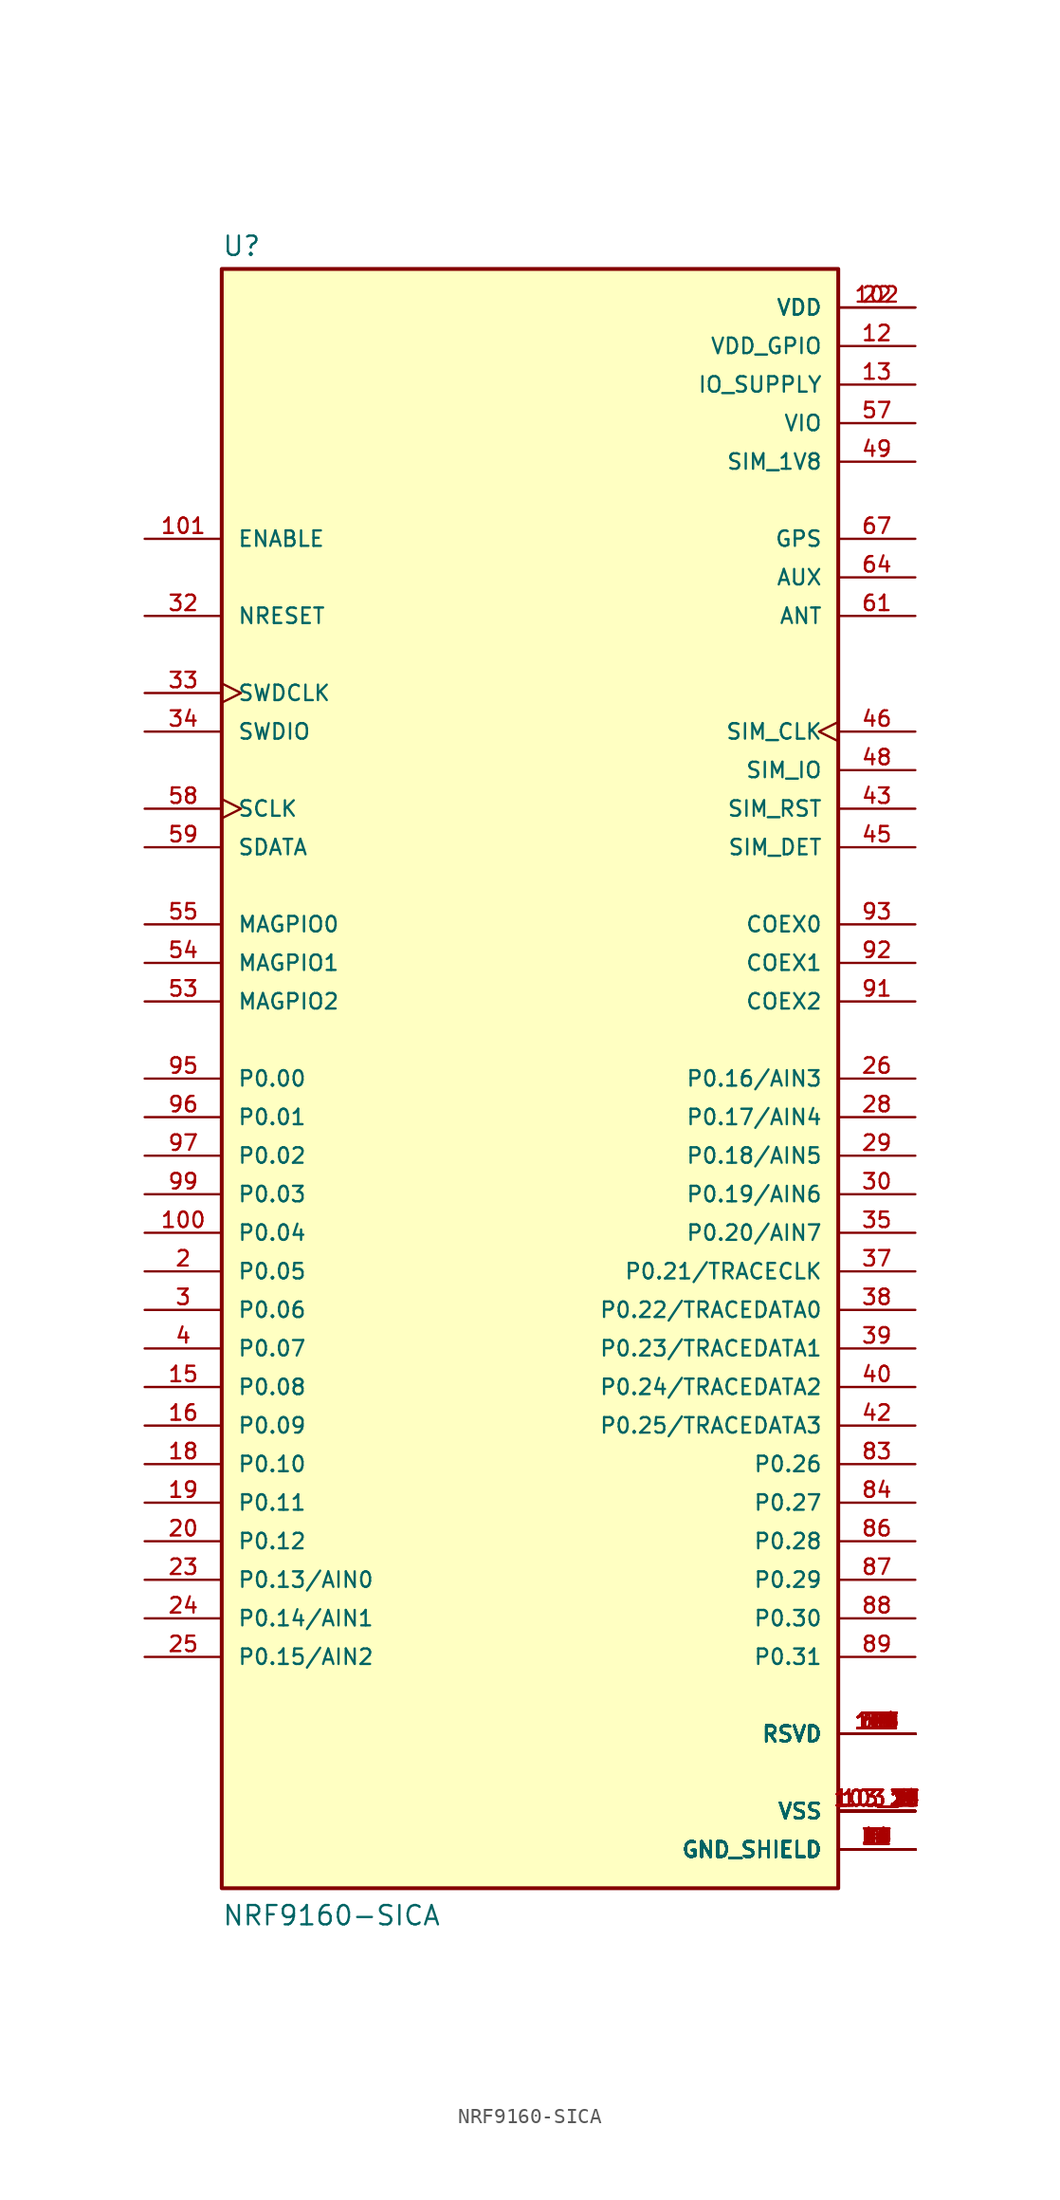
<source format=kicad_sym>
(kicad_symbol_lib
  (version 20231120)
  (generator "kicad_symbol_editor")
  (generator_version "8.0")
  (symbol "NRF9160-SICA"
    (pin_names
      (offset 1.016))
    (property "Reference" "U"
      (at -20.32 54.102 0)
      (effects (font (size 1.27 1.27)) (justify left bottom)))
    (property "Value" "NRF9160-SICA"
      (at -20.32 -55.88 0)
      (effects (font (size 1.27 1.27)) (justify left bottom)))
    (symbol "NRF9160-SICA_0_0"
      (rectangle (start -20.32 -53.34) (end 20.32 53.34) (stroke (width 0.254) (type default)) (fill (type background)))
      (pin power_in line (at 25.4 -50.8 180) (length 5.08) (name "GND_SHIELD" (effects (font (size 1.016 1.016)))) (number "1" (effects (font (size 1.016 1.016)))))
      (pin passive line (at 25.4 -43.18 180) (length 5.08) (name "RSVD" (effects (font (size 1.016 1.016)))) (number "10" (effects (font (size 1.016 1.016)))))
      (pin bidirectional line (at -25.4 -10.16 0) (length 5.08) (name "P0.04" (effects (font (size 1.016 1.016)))) (number "100" (effects (font (size 1.016 1.016)))))
      (pin input line (at -25.4 35.56 0) (length 5.08) (name "ENABLE" (effects (font (size 1.016 1.016)))) (number "101" (effects (font (size 1.016 1.016)))))
      (pin power_in line (at 25.4 50.8 180) (length 5.08) (name "VDD" (effects (font (size 1.016 1.016)))) (number "102" (effects (font (size 1.016 1.016)))))
      (pin power_in line (at 25.4 -48.26 180) (length 5.08) (name "VSS" (effects (font (size 1.016 1.016)))) (number "103_1" (effects (font (size 1.016 1.016)))))
      (pin power_in line (at 25.4 -48.26 180) (length 5.08) (name "VSS" (effects (font (size 1.016 1.016)))) (number "103_10" (effects (font (size 1.016 1.016)))))
      (pin power_in line (at 25.4 -48.26 180) (length 5.08) (name "VSS" (effects (font (size 1.016 1.016)))) (number "103_11" (effects (font (size 1.016 1.016)))))
      (pin power_in line (at 25.4 -48.26 180) (length 5.08) (name "VSS" (effects (font (size 1.016 1.016)))) (number "103_12" (effects (font (size 1.016 1.016)))))
      (pin power_in line (at 25.4 -48.26 180) (length 5.08) (name "VSS" (effects (font (size 1.016 1.016)))) (number "103_13" (effects (font (size 1.016 1.016)))))
      (pin power_in line (at 25.4 -48.26 180) (length 5.08) (name "VSS" (effects (font (size 1.016 1.016)))) (number "103_14" (effects (font (size 1.016 1.016)))))
      (pin power_in line (at 25.4 -48.26 180) (length 5.08) (name "VSS" (effects (font (size 1.016 1.016)))) (number "103_15" (effects (font (size 1.016 1.016)))))
      (pin power_in line (at 25.4 -48.26 180) (length 5.08) (name "VSS" (effects (font (size 1.016 1.016)))) (number "103_16" (effects (font (size 1.016 1.016)))))
      (pin power_in line (at 25.4 -48.26 180) (length 5.08) (name "VSS" (effects (font (size 1.016 1.016)))) (number "103_17" (effects (font (size 1.016 1.016)))))
      (pin power_in line (at 25.4 -48.26 180) (length 5.08) (name "VSS" (effects (font (size 1.016 1.016)))) (number "103_18" (effects (font (size 1.016 1.016)))))
      (pin power_in line (at 25.4 -48.26 180) (length 5.08) (name "VSS" (effects (font (size 1.016 1.016)))) (number "103_19" (effects (font (size 1.016 1.016)))))
      (pin power_in line (at 25.4 -48.26 180) (length 5.08) (name "VSS" (effects (font (size 1.016 1.016)))) (number "103_2" (effects (font (size 1.016 1.016)))))
      (pin power_in line (at 25.4 -48.26 180) (length 5.08) (name "VSS" (effects (font (size 1.016 1.016)))) (number "103_20" (effects (font (size 1.016 1.016)))))
      (pin power_in line (at 25.4 -48.26 180) (length 5.08) (name "VSS" (effects (font (size 1.016 1.016)))) (number "103_21" (effects (font (size 1.016 1.016)))))
      (pin power_in line (at 25.4 -48.26 180) (length 5.08) (name "VSS" (effects (font (size 1.016 1.016)))) (number "103_22" (effects (font (size 1.016 1.016)))))
      (pin power_in line (at 25.4 -48.26 180) (length 5.08) (name "VSS" (effects (font (size 1.016 1.016)))) (number "103_23" (effects (font (size 1.016 1.016)))))
      (pin power_in line (at 25.4 -48.26 180) (length 5.08) (name "VSS" (effects (font (size 1.016 1.016)))) (number "103_24" (effects (font (size 1.016 1.016)))))
      (pin power_in line (at 25.4 -48.26 180) (length 5.08) (name "VSS" (effects (font (size 1.016 1.016)))) (number "103_25" (effects (font (size 1.016 1.016)))))
      (pin power_in line (at 25.4 -48.26 180) (length 5.08) (name "VSS" (effects (font (size 1.016 1.016)))) (number "103_26" (effects (font (size 1.016 1.016)))))
      (pin power_in line (at 25.4 -48.26 180) (length 5.08) (name "VSS" (effects (font (size 1.016 1.016)))) (number "103_27" (effects (font (size 1.016 1.016)))))
      (pin power_in line (at 25.4 -48.26 180) (length 5.08) (name "VSS" (effects (font (size 1.016 1.016)))) (number "103_28" (effects (font (size 1.016 1.016)))))
      (pin power_in line (at 25.4 -48.26 180) (length 5.08) (name "VSS" (effects (font (size 1.016 1.016)))) (number "103_29" (effects (font (size 1.016 1.016)))))
      (pin power_in line (at 25.4 -48.26 180) (length 5.08) (name "VSS" (effects (font (size 1.016 1.016)))) (number "103_3" (effects (font (size 1.016 1.016)))))
      (pin power_in line (at 25.4 -48.26 180) (length 5.08) (name "VSS" (effects (font (size 1.016 1.016)))) (number "103_30" (effects (font (size 1.016 1.016)))))
      (pin power_in line (at 25.4 -48.26 180) (length 5.08) (name "VSS" (effects (font (size 1.016 1.016)))) (number "103_31" (effects (font (size 1.016 1.016)))))
      (pin power_in line (at 25.4 -48.26 180) (length 5.08) (name "VSS" (effects (font (size 1.016 1.016)))) (number "103_32" (effects (font (size 1.016 1.016)))))
      (pin power_in line (at 25.4 -48.26 180) (length 5.08) (name "VSS" (effects (font (size 1.016 1.016)))) (number "103_33" (effects (font (size 1.016 1.016)))))
      (pin power_in line (at 25.4 -48.26 180) (length 5.08) (name "VSS" (effects (font (size 1.016 1.016)))) (number "103_34" (effects (font (size 1.016 1.016)))))
      (pin power_in line (at 25.4 -48.26 180) (length 5.08) (name "VSS" (effects (font (size 1.016 1.016)))) (number "103_35" (effects (font (size 1.016 1.016)))))
      (pin power_in line (at 25.4 -48.26 180) (length 5.08) (name "VSS" (effects (font (size 1.016 1.016)))) (number "103_4" (effects (font (size 1.016 1.016)))))
      (pin power_in line (at 25.4 -48.26 180) (length 5.08) (name "VSS" (effects (font (size 1.016 1.016)))) (number "103_5" (effects (font (size 1.016 1.016)))))
      (pin power_in line (at 25.4 -48.26 180) (length 5.08) (name "VSS" (effects (font (size 1.016 1.016)))) (number "103_6" (effects (font (size 1.016 1.016)))))
      (pin power_in line (at 25.4 -48.26 180) (length 5.08) (name "VSS" (effects (font (size 1.016 1.016)))) (number "103_7" (effects (font (size 1.016 1.016)))))
      (pin power_in line (at 25.4 -48.26 180) (length 5.08) (name "VSS" (effects (font (size 1.016 1.016)))) (number "103_8" (effects (font (size 1.016 1.016)))))
      (pin power_in line (at 25.4 -48.26 180) (length 5.08) (name "VSS" (effects (font (size 1.016 1.016)))) (number "103_9" (effects (font (size 1.016 1.016)))))
      (pin passive line (at 25.4 -43.18 180) (length 5.08) (name "RSVD" (effects (font (size 1.016 1.016)))) (number "104" (effects (font (size 1.016 1.016)))))
      (pin passive line (at 25.4 -43.18 180) (length 5.08) (name "RSVD" (effects (font (size 1.016 1.016)))) (number "105" (effects (font (size 1.016 1.016)))))
      (pin passive line (at 25.4 -43.18 180) (length 5.08) (name "RSVD" (effects (font (size 1.016 1.016)))) (number "106" (effects (font (size 1.016 1.016)))))
      (pin passive line (at 25.4 -43.18 180) (length 5.08) (name "RSVD" (effects (font (size 1.016 1.016)))) (number "107" (effects (font (size 1.016 1.016)))))
      (pin passive line (at 25.4 -43.18 180) (length 5.08) (name "RSVD" (effects (font (size 1.016 1.016)))) (number "108" (effects (font (size 1.016 1.016)))))
      (pin passive line (at 25.4 -43.18 180) (length 5.08) (name "RSVD" (effects (font (size 1.016 1.016)))) (number "109" (effects (font (size 1.016 1.016)))))
      (pin passive line (at 25.4 -43.18 180) (length 5.08) (name "RSVD" (effects (font (size 1.016 1.016)))) (number "11" (effects (font (size 1.016 1.016)))))
      (pin passive line (at 25.4 -43.18 180) (length 5.08) (name "RSVD" (effects (font (size 1.016 1.016)))) (number "110" (effects (font (size 1.016 1.016)))))
      (pin passive line (at 25.4 -43.18 180) (length 5.08) (name "RSVD" (effects (font (size 1.016 1.016)))) (number "111" (effects (font (size 1.016 1.016)))))
      (pin passive line (at 25.4 -43.18 180) (length 5.08) (name "RSVD" (effects (font (size 1.016 1.016)))) (number "112" (effects (font (size 1.016 1.016)))))
      (pin passive line (at 25.4 -43.18 180) (length 5.08) (name "RSVD" (effects (font (size 1.016 1.016)))) (number "113" (effects (font (size 1.016 1.016)))))
      (pin passive line (at 25.4 -43.18 180) (length 5.08) (name "RSVD" (effects (font (size 1.016 1.016)))) (number "114" (effects (font (size 1.016 1.016)))))
      (pin passive line (at 25.4 -43.18 180) (length 5.08) (name "RSVD" (effects (font (size 1.016 1.016)))) (number "115" (effects (font (size 1.016 1.016)))))
      (pin passive line (at 25.4 -43.18 180) (length 5.08) (name "RSVD" (effects (font (size 1.016 1.016)))) (number "116" (effects (font (size 1.016 1.016)))))
      (pin passive line (at 25.4 -43.18 180) (length 5.08) (name "RSVD" (effects (font (size 1.016 1.016)))) (number "117" (effects (font (size 1.016 1.016)))))
      (pin passive line (at 25.4 -43.18 180) (length 5.08) (name "RSVD" (effects (font (size 1.016 1.016)))) (number "118" (effects (font (size 1.016 1.016)))))
      (pin passive line (at 25.4 -43.18 180) (length 5.08) (name "RSVD" (effects (font (size 1.016 1.016)))) (number "119" (effects (font (size 1.016 1.016)))))
      (pin power_in line (at 25.4 48.26 180) (length 5.08) (name "VDD_GPIO" (effects (font (size 1.016 1.016)))) (number "12" (effects (font (size 1.016 1.016)))))
      (pin passive line (at 25.4 -43.18 180) (length 5.08) (name "RSVD" (effects (font (size 1.016 1.016)))) (number "120" (effects (font (size 1.016 1.016)))))
      (pin passive line (at 25.4 -43.18 180) (length 5.08) (name "RSVD" (effects (font (size 1.016 1.016)))) (number "121" (effects (font (size 1.016 1.016)))))
      (pin passive line (at 25.4 -43.18 180) (length 5.08) (name "RSVD" (effects (font (size 1.016 1.016)))) (number "122" (effects (font (size 1.016 1.016)))))
      (pin passive line (at 25.4 -43.18 180) (length 5.08) (name "RSVD" (effects (font (size 1.016 1.016)))) (number "123" (effects (font (size 1.016 1.016)))))
      (pin passive line (at 25.4 -43.18 180) (length 5.08) (name "RSVD" (effects (font (size 1.016 1.016)))) (number "124" (effects (font (size 1.016 1.016)))))
      (pin passive line (at 25.4 -43.18 180) (length 5.08) (name "RSVD" (effects (font (size 1.016 1.016)))) (number "125" (effects (font (size 1.016 1.016)))))
      (pin passive line (at 25.4 -43.18 180) (length 5.08) (name "RSVD" (effects (font (size 1.016 1.016)))) (number "126" (effects (font (size 1.016 1.016)))))
      (pin passive line (at 25.4 -43.18 180) (length 5.08) (name "RSVD" (effects (font (size 1.016 1.016)))) (number "127" (effects (font (size 1.016 1.016)))))
      (pin power_in line (at 25.4 45.72 180) (length 5.08) (name "IO_SUPPLY" (effects (font (size 1.016 1.016)))) (number "13" (effects (font (size 1.016 1.016)))))
      (pin power_in line (at 25.4 -50.8 180) (length 5.08) (name "GND_SHIELD" (effects (font (size 1.016 1.016)))) (number "14" (effects (font (size 1.016 1.016)))))
      (pin bidirectional line (at -25.4 -20.32 0) (length 5.08) (name "P0.08" (effects (font (size 1.016 1.016)))) (number "15" (effects (font (size 1.016 1.016)))))
      (pin bidirectional line (at -25.4 -22.86 0) (length 5.08) (name "P0.09" (effects (font (size 1.016 1.016)))) (number "16" (effects (font (size 1.016 1.016)))))
      (pin power_in line (at 25.4 -50.8 180) (length 5.08) (name "GND_SHIELD" (effects (font (size 1.016 1.016)))) (number "17" (effects (font (size 1.016 1.016)))))
      (pin bidirectional line (at -25.4 -25.4 0) (length 5.08) (name "P0.10" (effects (font (size 1.016 1.016)))) (number "18" (effects (font (size 1.016 1.016)))))
      (pin bidirectional line (at -25.4 -27.94 0) (length 5.08) (name "P0.11" (effects (font (size 1.016 1.016)))) (number "19" (effects (font (size 1.016 1.016)))))
      (pin bidirectional line (at -25.4 -12.7 0) (length 5.08) (name "P0.05" (effects (font (size 1.016 1.016)))) (number "2" (effects (font (size 1.016 1.016)))))
      (pin bidirectional line (at -25.4 -30.48 0) (length 5.08) (name "P0.12" (effects (font (size 1.016 1.016)))) (number "20" (effects (font (size 1.016 1.016)))))
      (pin power_in line (at 25.4 -50.8 180) (length 5.08) (name "GND_SHIELD" (effects (font (size 1.016 1.016)))) (number "21" (effects (font (size 1.016 1.016)))))
      (pin power_in line (at 25.4 50.8 180) (length 5.08) (name "VDD" (effects (font (size 1.016 1.016)))) (number "22" (effects (font (size 1.016 1.016)))))
      (pin bidirectional line (at -25.4 -33.02 0) (length 5.08) (name "P0.13/AIN0" (effects (font (size 1.016 1.016)))) (number "23" (effects (font (size 1.016 1.016)))))
      (pin bidirectional line (at -25.4 -35.56 0) (length 5.08) (name "P0.14/AIN1" (effects (font (size 1.016 1.016)))) (number "24" (effects (font (size 1.016 1.016)))))
      (pin bidirectional line (at -25.4 -38.1 0) (length 5.08) (name "P0.15/AIN2" (effects (font (size 1.016 1.016)))) (number "25" (effects (font (size 1.016 1.016)))))
      (pin bidirectional line (at 25.4 0 180) (length 5.08) (name "P0.16/AIN3" (effects (font (size 1.016 1.016)))) (number "26" (effects (font (size 1.016 1.016)))))
      (pin power_in line (at 25.4 -50.8 180) (length 5.08) (name "GND_SHIELD" (effects (font (size 1.016 1.016)))) (number "27" (effects (font (size 1.016 1.016)))))
      (pin bidirectional line (at 25.4 -2.54 180) (length 5.08) (name "P0.17/AIN4" (effects (font (size 1.016 1.016)))) (number "28" (effects (font (size 1.016 1.016)))))
      (pin bidirectional line (at 25.4 -5.08 180) (length 5.08) (name "P0.18/AIN5" (effects (font (size 1.016 1.016)))) (number "29" (effects (font (size 1.016 1.016)))))
      (pin bidirectional line (at -25.4 -15.24 0) (length 5.08) (name "P0.06" (effects (font (size 1.016 1.016)))) (number "3" (effects (font (size 1.016 1.016)))))
      (pin bidirectional line (at 25.4 -7.62 180) (length 5.08) (name "P0.19/AIN6" (effects (font (size 1.016 1.016)))) (number "30" (effects (font (size 1.016 1.016)))))
      (pin power_in line (at 25.4 -50.8 180) (length 5.08) (name "GND_SHIELD" (effects (font (size 1.016 1.016)))) (number "31" (effects (font (size 1.016 1.016)))))
      (pin input line (at -25.4 30.48 0) (length 5.08) (name "NRESET" (effects (font (size 1.016 1.016)))) (number "32" (effects (font (size 1.016 1.016)))))
      (pin input clock (at -25.4 25.4 0) (length 5.08) (name "SWDCLK" (effects (font (size 1.016 1.016)))) (number "33" (effects (font (size 1.016 1.016)))))
      (pin bidirectional line (at -25.4 22.86 0) (length 5.08) (name "SWDIO" (effects (font (size 1.016 1.016)))) (number "34" (effects (font (size 1.016 1.016)))))
      (pin bidirectional line (at 25.4 -10.16 180) (length 5.08) (name "P0.20/AIN7" (effects (font (size 1.016 1.016)))) (number "35" (effects (font (size 1.016 1.016)))))
      (pin power_in line (at 25.4 -50.8 180) (length 5.08) (name "GND_SHIELD" (effects (font (size 1.016 1.016)))) (number "36" (effects (font (size 1.016 1.016)))))
      (pin bidirectional line (at 25.4 -12.7 180) (length 5.08) (name "P0.21/TRACECLK" (effects (font (size 1.016 1.016)))) (number "37" (effects (font (size 1.016 1.016)))))
      (pin bidirectional line (at 25.4 -15.24 180) (length 5.08) (name "P0.22/TRACEDATA0" (effects (font (size 1.016 1.016)))) (number "38" (effects (font (size 1.016 1.016)))))
      (pin bidirectional line (at 25.4 -17.78 180) (length 5.08) (name "P0.23/TRACEDATA1" (effects (font (size 1.016 1.016)))) (number "39" (effects (font (size 1.016 1.016)))))
      (pin bidirectional line (at -25.4 -17.78 0) (length 5.08) (name "P0.07" (effects (font (size 1.016 1.016)))) (number "4" (effects (font (size 1.016 1.016)))))
      (pin bidirectional line (at 25.4 -20.32 180) (length 5.08) (name "P0.24/TRACEDATA2" (effects (font (size 1.016 1.016)))) (number "40" (effects (font (size 1.016 1.016)))))
      (pin power_in line (at 25.4 -50.8 180) (length 5.08) (name "GND_SHIELD" (effects (font (size 1.016 1.016)))) (number "41" (effects (font (size 1.016 1.016)))))
      (pin bidirectional line (at 25.4 -22.86 180) (length 5.08) (name "P0.25/TRACEDATA3" (effects (font (size 1.016 1.016)))) (number "42" (effects (font (size 1.016 1.016)))))
      (pin bidirectional line (at 25.4 17.78 180) (length 5.08) (name "SIM_RST" (effects (font (size 1.016 1.016)))) (number "43" (effects (font (size 1.016 1.016)))))
      (pin power_in line (at 25.4 -50.8 180) (length 5.08) (name "GND_SHIELD" (effects (font (size 1.016 1.016)))) (number "44" (effects (font (size 1.016 1.016)))))
      (pin bidirectional line (at 25.4 15.24 180) (length 5.08) (name "SIM_DET" (effects (font (size 1.016 1.016)))) (number "45" (effects (font (size 1.016 1.016)))))
      (pin bidirectional clock (at 25.4 22.86 180) (length 5.08) (name "SIM_CLK" (effects (font (size 1.016 1.016)))) (number "46" (effects (font (size 1.016 1.016)))))
      (pin power_in line (at 25.4 -50.8 180) (length 5.08) (name "GND_SHIELD" (effects (font (size 1.016 1.016)))) (number "47" (effects (font (size 1.016 1.016)))))
      (pin bidirectional line (at 25.4 20.32 180) (length 5.08) (name "SIM_IO" (effects (font (size 1.016 1.016)))) (number "48" (effects (font (size 1.016 1.016)))))
      (pin power_in line (at 25.4 40.64 180) (length 5.08) (name "SIM_1V8" (effects (font (size 1.016 1.016)))) (number "49" (effects (font (size 1.016 1.016)))))
      (pin power_in line (at 25.4 -50.8 180) (length 5.08) (name "GND_SHIELD" (effects (font (size 1.016 1.016)))) (number "5" (effects (font (size 1.016 1.016)))))
      (pin power_in line (at 25.4 -50.8 180) (length 5.08) (name "GND_SHIELD" (effects (font (size 1.016 1.016)))) (number "50" (effects (font (size 1.016 1.016)))))
      (pin passive line (at 25.4 -43.18 180) (length 5.08) (name "RSVD" (effects (font (size 1.016 1.016)))) (number "51" (effects (font (size 1.016 1.016)))))
      (pin power_in line (at 25.4 -50.8 180) (length 5.08) (name "GND_SHIELD" (effects (font (size 1.016 1.016)))) (number "52" (effects (font (size 1.016 1.016)))))
      (pin bidirectional line (at -25.4 5.08 0) (length 5.08) (name "MAGPIO2" (effects (font (size 1.016 1.016)))) (number "53" (effects (font (size 1.016 1.016)))))
      (pin bidirectional line (at -25.4 7.62 0) (length 5.08) (name "MAGPIO1" (effects (font (size 1.016 1.016)))) (number "54" (effects (font (size 1.016 1.016)))))
      (pin bidirectional line (at -25.4 10.16 0) (length 5.08) (name "MAGPIO0" (effects (font (size 1.016 1.016)))) (number "55" (effects (font (size 1.016 1.016)))))
      (pin power_in line (at 25.4 -50.8 180) (length 5.08) (name "GND_SHIELD" (effects (font (size 1.016 1.016)))) (number "56" (effects (font (size 1.016 1.016)))))
      (pin power_in line (at 25.4 43.18 180) (length 5.08) (name "VIO" (effects (font (size 1.016 1.016)))) (number "57" (effects (font (size 1.016 1.016)))))
      (pin bidirectional clock (at -25.4 17.78 0) (length 5.08) (name "SCLK" (effects (font (size 1.016 1.016)))) (number "58" (effects (font (size 1.016 1.016)))))
      (pin bidirectional line (at -25.4 15.24 0) (length 5.08) (name "SDATA" (effects (font (size 1.016 1.016)))) (number "59" (effects (font (size 1.016 1.016)))))
      (pin passive line (at 25.4 -43.18 180) (length 5.08) (name "RSVD" (effects (font (size 1.016 1.016)))) (number "6" (effects (font (size 1.016 1.016)))))
      (pin power_in line (at 25.4 -50.8 180) (length 5.08) (name "GND_SHIELD" (effects (font (size 1.016 1.016)))) (number "60" (effects (font (size 1.016 1.016)))))
      (pin bidirectional line (at 25.4 30.48 180) (length 5.08) (name "ANT" (effects (font (size 1.016 1.016)))) (number "61" (effects (font (size 1.016 1.016)))))
      (pin power_in line (at 25.4 -50.8 180) (length 5.08) (name "GND_SHIELD" (effects (font (size 1.016 1.016)))) (number "62" (effects (font (size 1.016 1.016)))))
      (pin power_in line (at 25.4 -50.8 180) (length 5.08) (name "GND_SHIELD" (effects (font (size 1.016 1.016)))) (number "63" (effects (font (size 1.016 1.016)))))
      (pin output line (at 25.4 33.02 180) (length 5.08) (name "AUX" (effects (font (size 1.016 1.016)))) (number "64" (effects (font (size 1.016 1.016)))))
      (pin power_in line (at 25.4 -50.8 180) (length 5.08) (name "GND_SHIELD" (effects (font (size 1.016 1.016)))) (number "65" (effects (font (size 1.016 1.016)))))
      (pin power_in line (at 25.4 -50.8 180) (length 5.08) (name "GND_SHIELD" (effects (font (size 1.016 1.016)))) (number "66" (effects (font (size 1.016 1.016)))))
      (pin input line (at 25.4 35.56 180) (length 5.08) (name "GPS" (effects (font (size 1.016 1.016)))) (number "67" (effects (font (size 1.016 1.016)))))
      (pin passive line (at 25.4 -43.18 180) (length 5.08) (name "RSVD" (effects (font (size 1.016 1.016)))) (number "68" (effects (font (size 1.016 1.016)))))
      (pin passive line (at 25.4 -43.18 180) (length 5.08) (name "RSVD" (effects (font (size 1.016 1.016)))) (number "69" (effects (font (size 1.016 1.016)))))
      (pin passive line (at 25.4 -43.18 180) (length 5.08) (name "RSVD" (effects (font (size 1.016 1.016)))) (number "7" (effects (font (size 1.016 1.016)))))
      (pin passive line (at 25.4 -43.18 180) (length 5.08) (name "RSVD" (effects (font (size 1.016 1.016)))) (number "70" (effects (font (size 1.016 1.016)))))
      (pin passive line (at 25.4 -43.18 180) (length 5.08) (name "RSVD" (effects (font (size 1.016 1.016)))) (number "71" (effects (font (size 1.016 1.016)))))
      (pin power_in line (at 25.4 -50.8 180) (length 5.08) (name "GND_SHIELD" (effects (font (size 1.016 1.016)))) (number "72" (effects (font (size 1.016 1.016)))))
      (pin passive line (at 25.4 -43.18 180) (length 5.08) (name "RSVD" (effects (font (size 1.016 1.016)))) (number "73" (effects (font (size 1.016 1.016)))))
      (pin power_in line (at 25.4 -50.8 180) (length 5.08) (name "GND_SHIELD" (effects (font (size 1.016 1.016)))) (number "74" (effects (font (size 1.016 1.016)))))
      (pin power_in line (at 25.4 -50.8 180) (length 5.08) (name "GND_SHIELD" (effects (font (size 1.016 1.016)))) (number "75" (effects (font (size 1.016 1.016)))))
      (pin power_in line (at 25.4 -50.8 180) (length 5.08) (name "GND_SHIELD" (effects (font (size 1.016 1.016)))) (number "76" (effects (font (size 1.016 1.016)))))
      (pin power_in line (at 25.4 -50.8 180) (length 5.08) (name "GND_SHIELD" (effects (font (size 1.016 1.016)))) (number "77" (effects (font (size 1.016 1.016)))))
      (pin power_in line (at 25.4 -50.8 180) (length 5.08) (name "GND_SHIELD" (effects (font (size 1.016 1.016)))) (number "78" (effects (font (size 1.016 1.016)))))
      (pin power_in line (at 25.4 -50.8 180) (length 5.08) (name "GND_SHIELD" (effects (font (size 1.016 1.016)))) (number "79" (effects (font (size 1.016 1.016)))))
      (pin passive line (at 25.4 -43.18 180) (length 5.08) (name "RSVD" (effects (font (size 1.016 1.016)))) (number "8" (effects (font (size 1.016 1.016)))))
      (pin power_in line (at 25.4 -50.8 180) (length 5.08) (name "GND_SHIELD" (effects (font (size 1.016 1.016)))) (number "80" (effects (font (size 1.016 1.016)))))
      (pin power_in line (at 25.4 -50.8 180) (length 5.08) (name "GND_SHIELD" (effects (font (size 1.016 1.016)))) (number "81" (effects (font (size 1.016 1.016)))))
      (pin power_in line (at 25.4 -50.8 180) (length 5.08) (name "GND_SHIELD" (effects (font (size 1.016 1.016)))) (number "82" (effects (font (size 1.016 1.016)))))
      (pin bidirectional line (at 25.4 -25.4 180) (length 5.08) (name "P0.26" (effects (font (size 1.016 1.016)))) (number "83" (effects (font (size 1.016 1.016)))))
      (pin bidirectional line (at 25.4 -27.94 180) (length 5.08) (name "P0.27" (effects (font (size 1.016 1.016)))) (number "84" (effects (font (size 1.016 1.016)))))
      (pin power_in line (at 25.4 -50.8 180) (length 5.08) (name "GND_SHIELD" (effects (font (size 1.016 1.016)))) (number "85" (effects (font (size 1.016 1.016)))))
      (pin bidirectional line (at 25.4 -30.48 180) (length 5.08) (name "P0.28" (effects (font (size 1.016 1.016)))) (number "86" (effects (font (size 1.016 1.016)))))
      (pin bidirectional line (at 25.4 -33.02 180) (length 5.08) (name "P0.29" (effects (font (size 1.016 1.016)))) (number "87" (effects (font (size 1.016 1.016)))))
      (pin bidirectional line (at 25.4 -35.56 180) (length 5.08) (name "P0.30" (effects (font (size 1.016 1.016)))) (number "88" (effects (font (size 1.016 1.016)))))
      (pin bidirectional line (at 25.4 -38.1 180) (length 5.08) (name "P0.31" (effects (font (size 1.016 1.016)))) (number "89" (effects (font (size 1.016 1.016)))))
      (pin power_in line (at 25.4 -50.8 180) (length 5.08) (name "GND_SHIELD" (effects (font (size 1.016 1.016)))) (number "9" (effects (font (size 1.016 1.016)))))
      (pin power_in line (at 25.4 -50.8 180) (length 5.08) (name "GND_SHIELD" (effects (font (size 1.016 1.016)))) (number "90" (effects (font (size 1.016 1.016)))))
      (pin bidirectional line (at 25.4 5.08 180) (length 5.08) (name "COEX2" (effects (font (size 1.016 1.016)))) (number "91" (effects (font (size 1.016 1.016)))))
      (pin bidirectional line (at 25.4 7.62 180) (length 5.08) (name "COEX1" (effects (font (size 1.016 1.016)))) (number "92" (effects (font (size 1.016 1.016)))))
      (pin bidirectional line (at 25.4 10.16 180) (length 5.08) (name "COEX0" (effects (font (size 1.016 1.016)))) (number "93" (effects (font (size 1.016 1.016)))))
      (pin power_in line (at 25.4 -50.8 180) (length 5.08) (name "GND_SHIELD" (effects (font (size 1.016 1.016)))) (number "94" (effects (font (size 1.016 1.016)))))
      (pin bidirectional line (at -25.4 0 0) (length 5.08) (name "P0.00" (effects (font (size 1.016 1.016)))) (number "95" (effects (font (size 1.016 1.016)))))
      (pin bidirectional line (at -25.4 -2.54 0) (length 5.08) (name "P0.01" (effects (font (size 1.016 1.016)))) (number "96" (effects (font (size 1.016 1.016)))))
      (pin bidirectional line (at -25.4 -5.08 0) (length 5.08) (name "P0.02" (effects (font (size 1.016 1.016)))) (number "97" (effects (font (size 1.016 1.016)))))
      (pin power_in line (at 25.4 -50.8 180) (length 5.08) (name "GND_SHIELD" (effects (font (size 1.016 1.016)))) (number "98" (effects (font (size 1.016 1.016)))))
      (pin bidirectional line (at -25.4 -7.62 0) (length 5.08) (name "P0.03" (effects (font (size 1.016 1.016)))) (number "99" (effects (font (size 1.016 1.016))))))))
</source>
